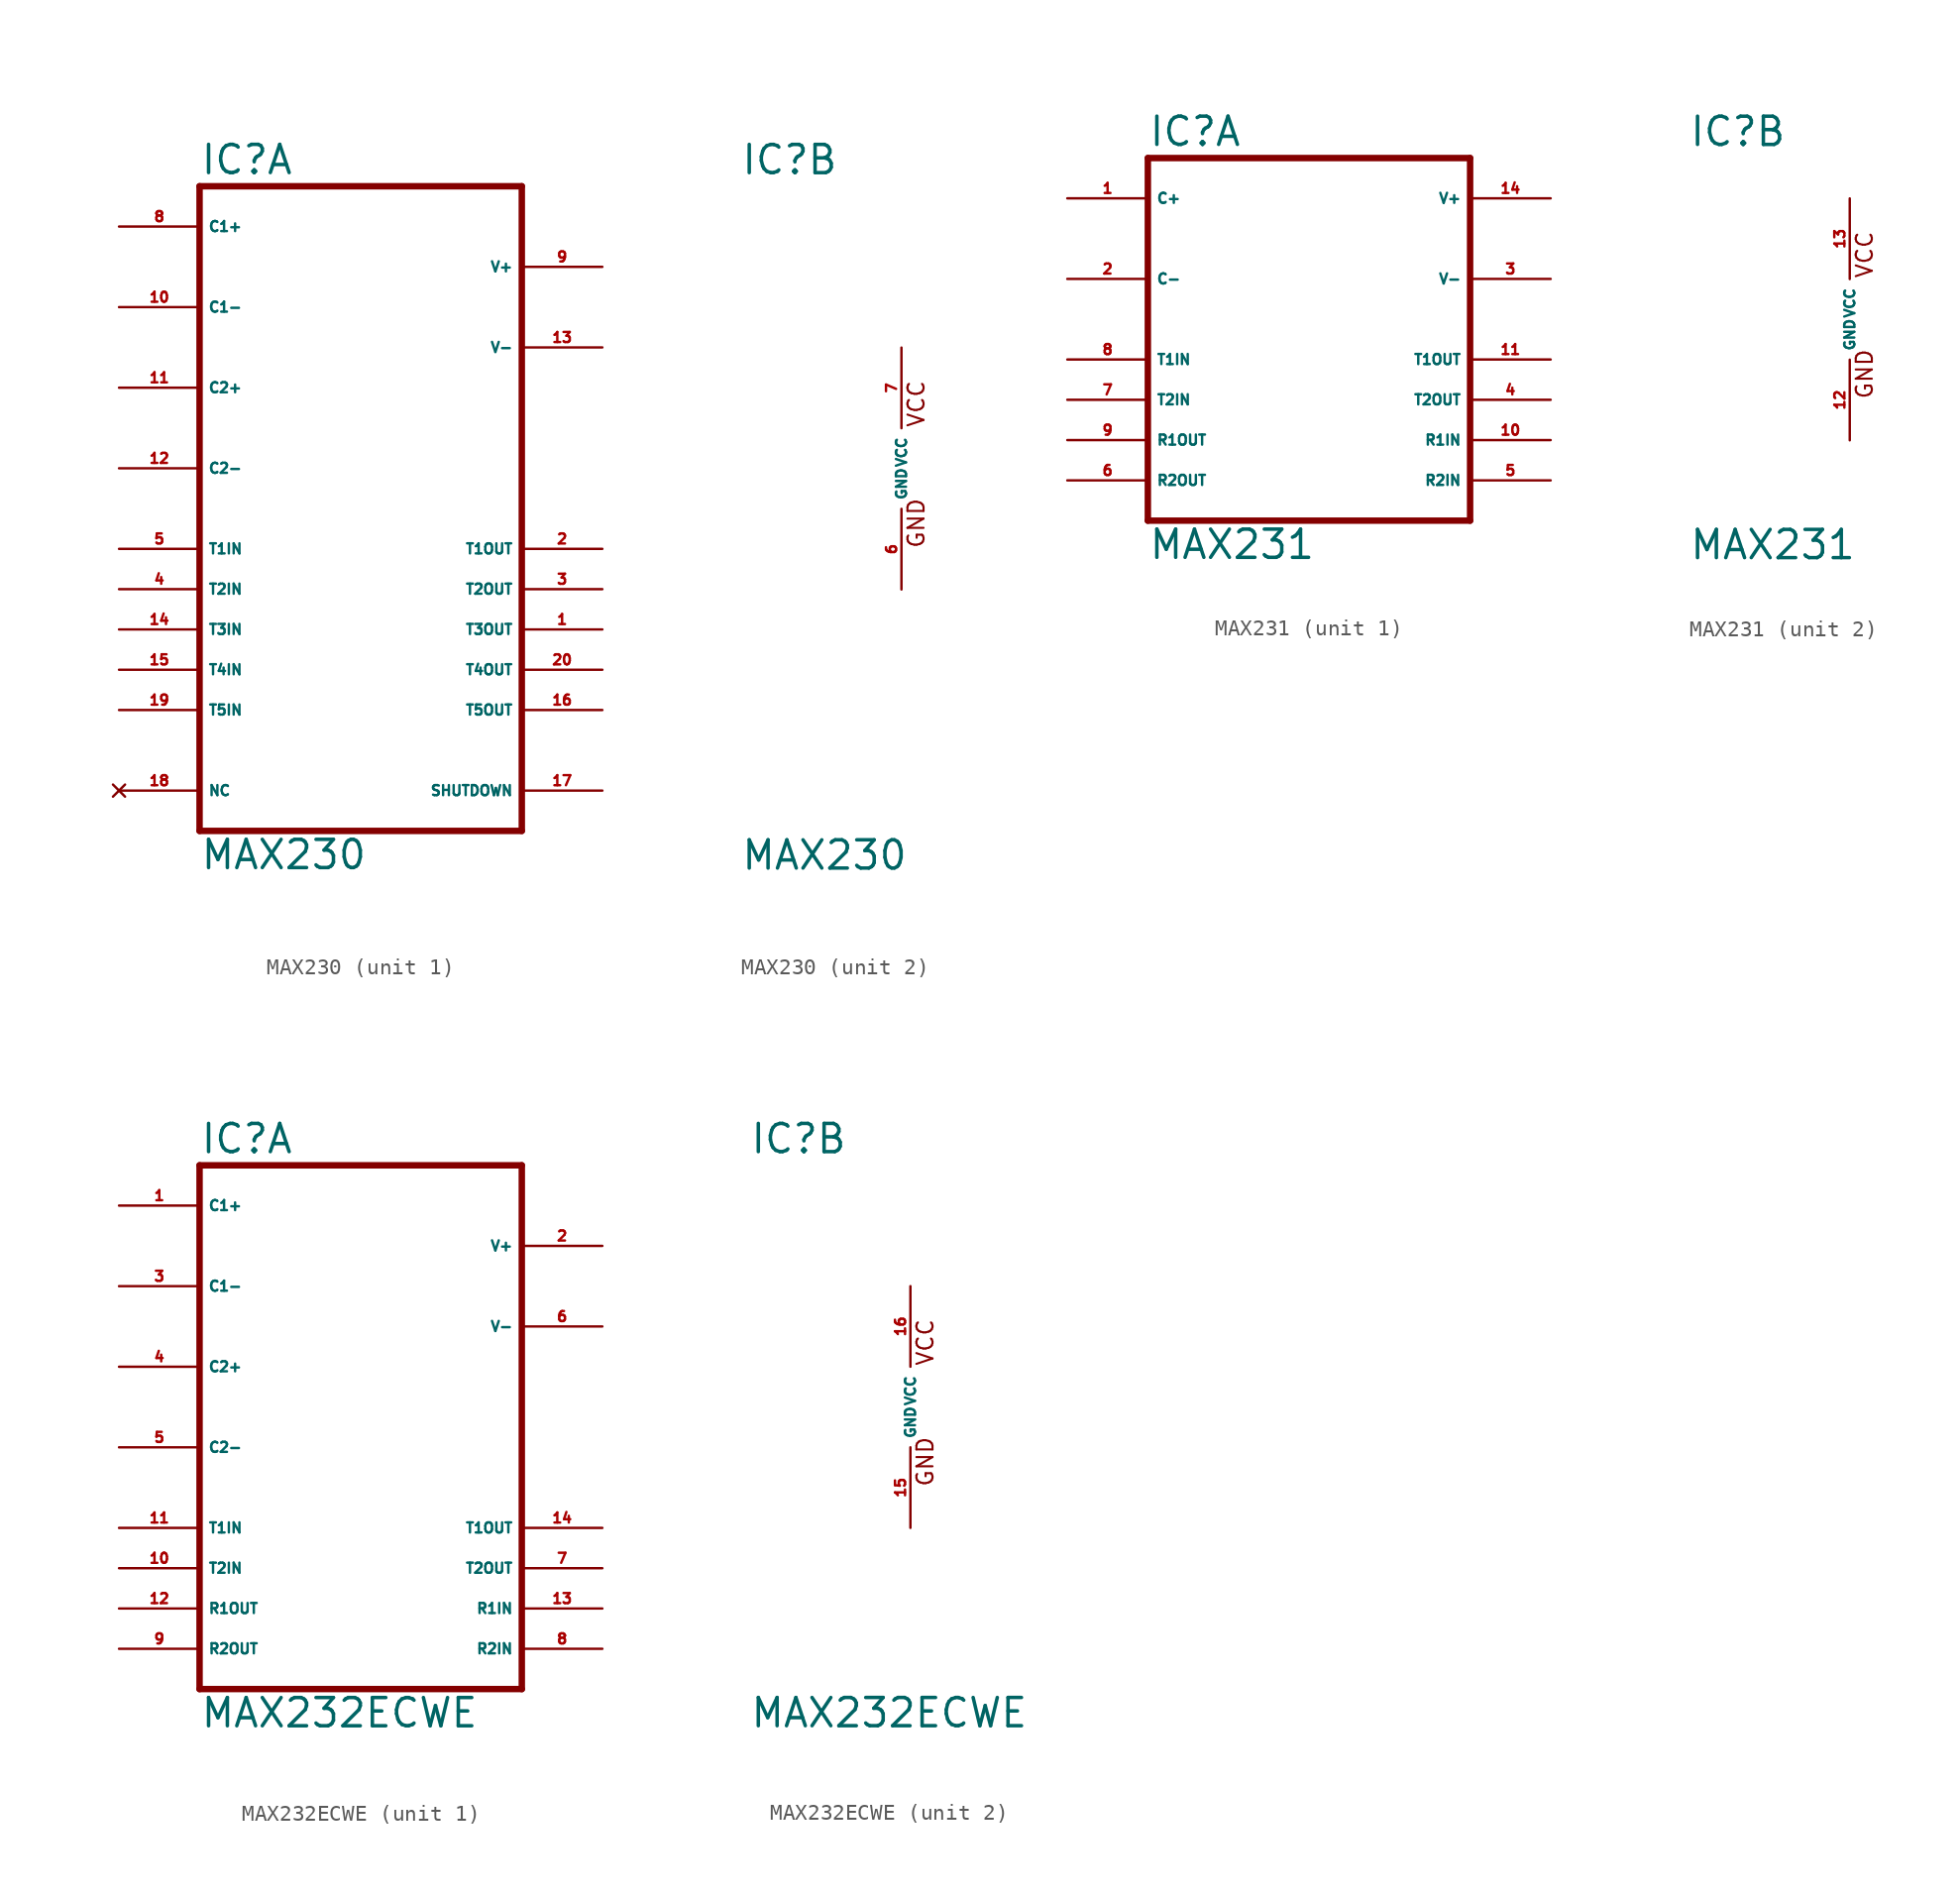
<source format=kicad_sym>
(kicad_symbol_lib
  (version 20220914)
  (generator Eagle2Kicad)
  (symbol "MAX230"
    (property "Reference" "IC"
      (at -10.16 18.415 0)
      (effects (font (size 1.778 1.778) (thickness 0.22)) (justify left bottom)))
    (property "Value" "MAX230"
      (at -10.16 -25.4 0)
      (effects (font (size 1.778 1.778) (thickness 0.22)) (justify left bottom)))
    (symbol "MAX230_1_0"
      (polyline (pts (xy -10.16 17.78) (xy 10.16 17.78)) (stroke (width 0.406) (type default)) (fill (type none)))
      (polyline (pts (xy 10.16 -22.86) (xy 10.16 17.78)) (stroke (width 0.406) (type default)) (fill (type none)))
      (polyline (pts (xy 10.16 -22.86) (xy -10.16 -22.86)) (stroke (width 0.406) (type default)) (fill (type none)))
      (polyline (pts (xy -10.16 17.78) (xy -10.16 -22.86)) (stroke (width 0.406) (type default)) (fill (type none)))
      (pin bidirectional line (at -15.24 15.24 0) (length 5.08) (name "C1+" (effects (font (size 0.635 0.635) (thickness 0.08)) (justify left bottom))) (number "8" (effects (font (size 0.635 0.635) (thickness 0.08)) (justify left bottom))))
      (pin bidirectional line (at -15.24 10.16 0) (length 5.08) (name "C1-" (effects (font (size 0.635 0.635) (thickness 0.08)) (justify left bottom))) (number "10" (effects (font (size 0.635 0.635) (thickness 0.08)) (justify left bottom))))
      (pin bidirectional line (at -15.24 5.08 0) (length 5.08) (name "C2+" (effects (font (size 0.635 0.635) (thickness 0.08)) (justify left bottom))) (number "11" (effects (font (size 0.635 0.635) (thickness 0.08)) (justify left bottom))))
      (pin bidirectional line (at -15.24 0 0) (length 5.08) (name "C2-" (effects (font (size 0.635 0.635) (thickness 0.08)) (justify left bottom))) (number "12" (effects (font (size 0.635 0.635) (thickness 0.08)) (justify left bottom))))
      (pin input line (at -15.24 -5.08 0) (length 5.08) (name "T1IN" (effects (font (size 0.635 0.635) (thickness 0.08)) (justify left bottom))) (number "5" (effects (font (size 0.635 0.635) (thickness 0.08)) (justify left bottom))))
      (pin input line (at -15.24 -7.62 0) (length 5.08) (name "T2IN" (effects (font (size 0.635 0.635) (thickness 0.08)) (justify left bottom))) (number "4" (effects (font (size 0.635 0.635) (thickness 0.08)) (justify left bottom))))
      (pin input line (at -15.24 -10.16 0) (length 5.08) (name "T3IN" (effects (font (size 0.635 0.635) (thickness 0.08)) (justify left bottom))) (number "14" (effects (font (size 0.635 0.635) (thickness 0.08)) (justify left bottom))))
      (pin input line (at -15.24 -12.7 0) (length 5.08) (name "T4IN" (effects (font (size 0.635 0.635) (thickness 0.08)) (justify left bottom))) (number "15" (effects (font (size 0.635 0.635) (thickness 0.08)) (justify left bottom))))
      (pin bidirectional line (at 15.24 12.7 180) (length 5.08) (name "V+" (effects (font (size 0.635 0.635) (thickness 0.08)) (justify left bottom))) (number "9" (effects (font (size 0.635 0.635) (thickness 0.08)) (justify left bottom))))
      (pin bidirectional line (at 15.24 7.62 180) (length 5.08) (name "V-" (effects (font (size 0.635 0.635) (thickness 0.08)) (justify left bottom))) (number "13" (effects (font (size 0.635 0.635) (thickness 0.08)) (justify left bottom))))
      (pin output line (at 15.24 -5.08 180) (length 5.08) (name "T1OUT" (effects (font (size 0.635 0.635) (thickness 0.08)) (justify left bottom))) (number "2" (effects (font (size 0.635 0.635) (thickness 0.08)) (justify left bottom))))
      (pin output line (at 15.24 -7.62 180) (length 5.08) (name "T2OUT" (effects (font (size 0.635 0.635) (thickness 0.08)) (justify left bottom))) (number "3" (effects (font (size 0.635 0.635) (thickness 0.08)) (justify left bottom))))
      (pin output line (at 15.24 -10.16 180) (length 5.08) (name "T3OUT" (effects (font (size 0.635 0.635) (thickness 0.08)) (justify left bottom))) (number "1" (effects (font (size 0.635 0.635) (thickness 0.08)) (justify left bottom))))
      (pin output line (at 15.24 -12.7 180) (length 5.08) (name "T4OUT" (effects (font (size 0.635 0.635) (thickness 0.08)) (justify left bottom))) (number "20" (effects (font (size 0.635 0.635) (thickness 0.08)) (justify left bottom))))
      (pin no_connect line (at -15.24 -20.32 0) (length 5.08) (name "NC" (effects (font (size 0.635 0.635) (thickness 0.08)) (justify left bottom) hide)) (number "18" (effects (font (size 0.635 0.635) (thickness 0.08)) (justify left bottom) hide)))
      (pin passive line (at 15.24 -20.32 180) (length 5.08) (name "SHUTDOWN" (effects (font (size 0.635 0.635) (thickness 0.08)) (justify left bottom))) (number "17" (effects (font (size 0.635 0.635) (thickness 0.08)) (justify left bottom))))
      (pin output line (at 15.24 -15.24 180) (length 5.08) (name "T5OUT" (effects (font (size 0.635 0.635) (thickness 0.08)) (justify left bottom))) (number "16" (effects (font (size 0.635 0.635) (thickness 0.08)) (justify left bottom))))
      (pin input line (at -15.24 -15.24 0) (length 5.08) (name "T5IN" (effects (font (size 0.635 0.635) (thickness 0.08)) (justify left bottom))) (number "19" (effects (font (size 0.635 0.635) (thickness 0.08)) (justify left bottom)))))
    (symbol "MAX230_2_0"
      (text "GND" (at 1.524 -5.08 900) (effects (font (size 1.016 1.016) (thickness 0.13)) (justify left bottom)))
      (text "VCC" (at 1.524 2.54 900) (effects (font (size 1.016 1.016) (thickness 0.13)) (justify left bottom)))
      (pin unspecified line (at 0 7.62 270) (length 5.08) (name "VCC" (effects (font (size 0.635 0.635) (thickness 0.08)) (justify left bottom))) (number "7" (effects (font (size 0.635 0.635) (thickness 0.08)) (justify left bottom))))
      (pin unspecified line (at 0 -7.62 90) (length 5.08) (name "GND" (effects (font (size 0.635 0.635) (thickness 0.08)) (justify left bottom))) (number "6" (effects (font (size 0.635 0.635) (thickness 0.08)) (justify left bottom))))))
  (symbol "MAX231"
    (property "Reference" "IC"
      (at -10.16 10.795 0)
      (effects (font (size 1.778 1.778) (thickness 0.22)) (justify left bottom)))
    (property "Value" "MAX231"
      (at -10.16 -15.24 0)
      (effects (font (size 1.778 1.778) (thickness 0.22)) (justify left bottom)))
    (symbol "MAX231_1_0"
      (polyline (pts (xy -10.16 10.16) (xy 10.16 10.16)) (stroke (width 0.406) (type default)) (fill (type none)))
      (polyline (pts (xy 10.16 -12.7) (xy 10.16 10.16)) (stroke (width 0.406) (type default)) (fill (type none)))
      (polyline (pts (xy 10.16 -12.7) (xy -10.16 -12.7)) (stroke (width 0.406) (type default)) (fill (type none)))
      (polyline (pts (xy -10.16 10.16) (xy -10.16 -12.7)) (stroke (width 0.406) (type default)) (fill (type none)))
      (pin bidirectional line (at -15.24 7.62 0) (length 5.08) (name "C+" (effects (font (size 0.635 0.635) (thickness 0.08)) (justify left bottom))) (number "1" (effects (font (size 0.635 0.635) (thickness 0.08)) (justify left bottom))))
      (pin bidirectional line (at -15.24 2.54 0) (length 5.08) (name "C-" (effects (font (size 0.635 0.635) (thickness 0.08)) (justify left bottom))) (number "2" (effects (font (size 0.635 0.635) (thickness 0.08)) (justify left bottom))))
      (pin input line (at -15.24 -2.54 0) (length 5.08) (name "T1IN" (effects (font (size 0.635 0.635) (thickness 0.08)) (justify left bottom))) (number "8" (effects (font (size 0.635 0.635) (thickness 0.08)) (justify left bottom))))
      (pin input line (at -15.24 -5.08 0) (length 5.08) (name "T2IN" (effects (font (size 0.635 0.635) (thickness 0.08)) (justify left bottom))) (number "7" (effects (font (size 0.635 0.635) (thickness 0.08)) (justify left bottom))))
      (pin output line (at -15.24 -7.62 0) (length 5.08) (name "R1OUT" (effects (font (size 0.635 0.635) (thickness 0.08)) (justify left bottom))) (number "9" (effects (font (size 0.635 0.635) (thickness 0.08)) (justify left bottom))))
      (pin output line (at -15.24 -10.16 0) (length 5.08) (name "R2OUT" (effects (font (size 0.635 0.635) (thickness 0.08)) (justify left bottom))) (number "6" (effects (font (size 0.635 0.635) (thickness 0.08)) (justify left bottom))))
      (pin bidirectional line (at 15.24 7.62 180) (length 5.08) (name "V+" (effects (font (size 0.635 0.635) (thickness 0.08)) (justify left bottom))) (number "14" (effects (font (size 0.635 0.635) (thickness 0.08)) (justify left bottom))))
      (pin bidirectional line (at 15.24 2.54 180) (length 5.08) (name "V-" (effects (font (size 0.635 0.635) (thickness 0.08)) (justify left bottom))) (number "3" (effects (font (size 0.635 0.635) (thickness 0.08)) (justify left bottom))))
      (pin output line (at 15.24 -2.54 180) (length 5.08) (name "T1OUT" (effects (font (size 0.635 0.635) (thickness 0.08)) (justify left bottom))) (number "11" (effects (font (size 0.635 0.635) (thickness 0.08)) (justify left bottom))))
      (pin output line (at 15.24 -5.08 180) (length 5.08) (name "T2OUT" (effects (font (size 0.635 0.635) (thickness 0.08)) (justify left bottom))) (number "4" (effects (font (size 0.635 0.635) (thickness 0.08)) (justify left bottom))))
      (pin input line (at 15.24 -7.62 180) (length 5.08) (name "R1IN" (effects (font (size 0.635 0.635) (thickness 0.08)) (justify left bottom))) (number "10" (effects (font (size 0.635 0.635) (thickness 0.08)) (justify left bottom))))
      (pin input line (at 15.24 -10.16 180) (length 5.08) (name "R2IN" (effects (font (size 0.635 0.635) (thickness 0.08)) (justify left bottom))) (number "5" (effects (font (size 0.635 0.635) (thickness 0.08)) (justify left bottom)))))
    (symbol "MAX231_2_0"
      (text "GND" (at 1.524 -5.08 900) (effects (font (size 1.016 1.016) (thickness 0.13)) (justify left bottom)))
      (text "VCC" (at 1.524 2.54 900) (effects (font (size 1.016 1.016) (thickness 0.13)) (justify left bottom)))
      (pin unspecified line (at 0 7.62 270) (length 5.08) (name "VCC" (effects (font (size 0.635 0.635) (thickness 0.08)) (justify left bottom))) (number "13" (effects (font (size 0.635 0.635) (thickness 0.08)) (justify left bottom))))
      (pin unspecified line (at 0 -7.62 90) (length 5.08) (name "GND" (effects (font (size 0.635 0.635) (thickness 0.08)) (justify left bottom))) (number "12" (effects (font (size 0.635 0.635) (thickness 0.08)) (justify left bottom))))))
  (symbol "MAX232ECWE"
    (property "Reference" "IC"
      (at -10.16 15.875 0)
      (effects (font (size 1.778 1.778) (thickness 0.22)) (justify left bottom)))
    (property "Value" "MAX232ECWE"
      (at -10.16 -20.32 0)
      (effects (font (size 1.778 1.778) (thickness 0.22)) (justify left bottom)))
    (symbol "MAX232ECWE_1_0"
      (polyline (pts (xy -10.16 15.24) (xy 10.16 15.24)) (stroke (width 0.406) (type default)) (fill (type none)))
      (polyline (pts (xy 10.16 -17.78) (xy 10.16 15.24)) (stroke (width 0.406) (type default)) (fill (type none)))
      (polyline (pts (xy 10.16 -17.78) (xy -10.16 -17.78)) (stroke (width 0.406) (type default)) (fill (type none)))
      (polyline (pts (xy -10.16 15.24) (xy -10.16 -17.78)) (stroke (width 0.406) (type default)) (fill (type none)))
      (pin bidirectional line (at -15.24 12.7 0) (length 5.08) (name "C1+" (effects (font (size 0.635 0.635) (thickness 0.08)) (justify left bottom))) (number "1" (effects (font (size 0.635 0.635) (thickness 0.08)) (justify left bottom))))
      (pin bidirectional line (at -15.24 7.62 0) (length 5.08) (name "C1-" (effects (font (size 0.635 0.635) (thickness 0.08)) (justify left bottom))) (number "3" (effects (font (size 0.635 0.635) (thickness 0.08)) (justify left bottom))))
      (pin bidirectional line (at -15.24 2.54 0) (length 5.08) (name "C2+" (effects (font (size 0.635 0.635) (thickness 0.08)) (justify left bottom))) (number "4" (effects (font (size 0.635 0.635) (thickness 0.08)) (justify left bottom))))
      (pin bidirectional line (at -15.24 -2.54 0) (length 5.08) (name "C2-" (effects (font (size 0.635 0.635) (thickness 0.08)) (justify left bottom))) (number "5" (effects (font (size 0.635 0.635) (thickness 0.08)) (justify left bottom))))
      (pin input line (at -15.24 -7.62 0) (length 5.08) (name "T1IN" (effects (font (size 0.635 0.635) (thickness 0.08)) (justify left bottom))) (number "11" (effects (font (size 0.635 0.635) (thickness 0.08)) (justify left bottom))))
      (pin input line (at -15.24 -10.16 0) (length 5.08) (name "T2IN" (effects (font (size 0.635 0.635) (thickness 0.08)) (justify left bottom))) (number "10" (effects (font (size 0.635 0.635) (thickness 0.08)) (justify left bottom))))
      (pin output line (at -15.24 -12.7 0) (length 5.08) (name "R1OUT" (effects (font (size 0.635 0.635) (thickness 0.08)) (justify left bottom))) (number "12" (effects (font (size 0.635 0.635) (thickness 0.08)) (justify left bottom))))
      (pin output line (at -15.24 -15.24 0) (length 5.08) (name "R2OUT" (effects (font (size 0.635 0.635) (thickness 0.08)) (justify left bottom))) (number "9" (effects (font (size 0.635 0.635) (thickness 0.08)) (justify left bottom))))
      (pin bidirectional line (at 15.24 10.16 180) (length 5.08) (name "V+" (effects (font (size 0.635 0.635) (thickness 0.08)) (justify left bottom))) (number "2" (effects (font (size 0.635 0.635) (thickness 0.08)) (justify left bottom))))
      (pin bidirectional line (at 15.24 5.08 180) (length 5.08) (name "V-" (effects (font (size 0.635 0.635) (thickness 0.08)) (justify left bottom))) (number "6" (effects (font (size 0.635 0.635) (thickness 0.08)) (justify left bottom))))
      (pin output line (at 15.24 -7.62 180) (length 5.08) (name "T1OUT" (effects (font (size 0.635 0.635) (thickness 0.08)) (justify left bottom))) (number "14" (effects (font (size 0.635 0.635) (thickness 0.08)) (justify left bottom))))
      (pin output line (at 15.24 -10.16 180) (length 5.08) (name "T2OUT" (effects (font (size 0.635 0.635) (thickness 0.08)) (justify left bottom))) (number "7" (effects (font (size 0.635 0.635) (thickness 0.08)) (justify left bottom))))
      (pin input line (at 15.24 -12.7 180) (length 5.08) (name "R1IN" (effects (font (size 0.635 0.635) (thickness 0.08)) (justify left bottom))) (number "13" (effects (font (size 0.635 0.635) (thickness 0.08)) (justify left bottom))))
      (pin input line (at 15.24 -15.24 180) (length 5.08) (name "R2IN" (effects (font (size 0.635 0.635) (thickness 0.08)) (justify left bottom))) (number "8" (effects (font (size 0.635 0.635) (thickness 0.08)) (justify left bottom)))))
    (symbol "MAX232ECWE_2_0"
      (text "GND" (at 1.524 -5.08 900) (effects (font (size 1.016 1.016) (thickness 0.13)) (justify left bottom)))
      (text "VCC" (at 1.524 2.54 900) (effects (font (size 1.016 1.016) (thickness 0.13)) (justify left bottom)))
      (pin unspecified line (at 0 7.62 270) (length 5.08) (name "VCC" (effects (font (size 0.635 0.635) (thickness 0.08)) (justify left bottom))) (number "16" (effects (font (size 0.635 0.635) (thickness 0.08)) (justify left bottom))))
      (pin unspecified line (at 0 -7.62 90) (length 5.08) (name "GND" (effects (font (size 0.635 0.635) (thickness 0.08)) (justify left bottom))) (number "15" (effects (font (size 0.635 0.635) (thickness 0.08)) (justify left bottom)))))))
</source>
